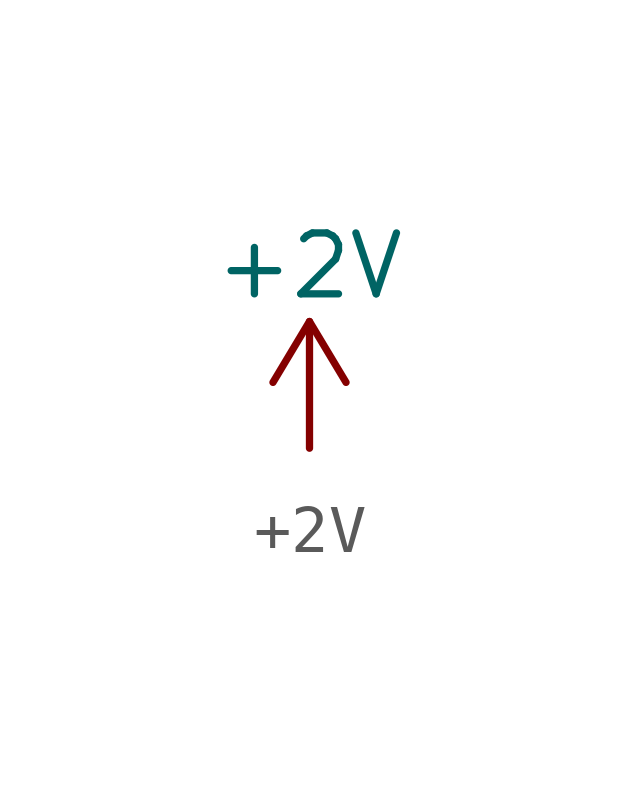
<source format=kicad_sym>
(kicad_symbol_lib
  (version 20211014)
  (generator kicad_symbol_editor)
  (symbol "+2V"
    (power)
    (pin_numbers hide)
    (pin_names
      (offset 0) hide)
    (property "Reference" "#PWR"
      (at 3.81 0 0)
      (effects (font (size 1.27 1.27)) hide))
    (property "Value" "+2V"
      (at 0 3.8 0)
      (effects (font (size 1.27 1.27))))
    (symbol "+2V_0_1"
      (polyline (pts (xy -0.762 1.373) (xy -0.0003 2.643)) (stroke (width 0) (type default) (color 0 0 0 0)) (fill (type none)))
      (polyline (pts (xy -0.0003 2.643) (xy 0.762 1.373)) (stroke (width 0) (type default) (color 0 0 0 0)) (fill (type none)))
      (polyline (pts (xy 0 0) (xy 0 2.54)) (stroke (width 0) (type default) (color 0 0 0 0)) (fill (type none))))
    (symbol "+2V_1_1"
      (pin power_in line (at 0 0 90) (length 0) hide (name "+2V0" (effects (font (size 1.27 1.27)))) (number "1" (effects (font (size 1.27 1.27))))))))
</source>
